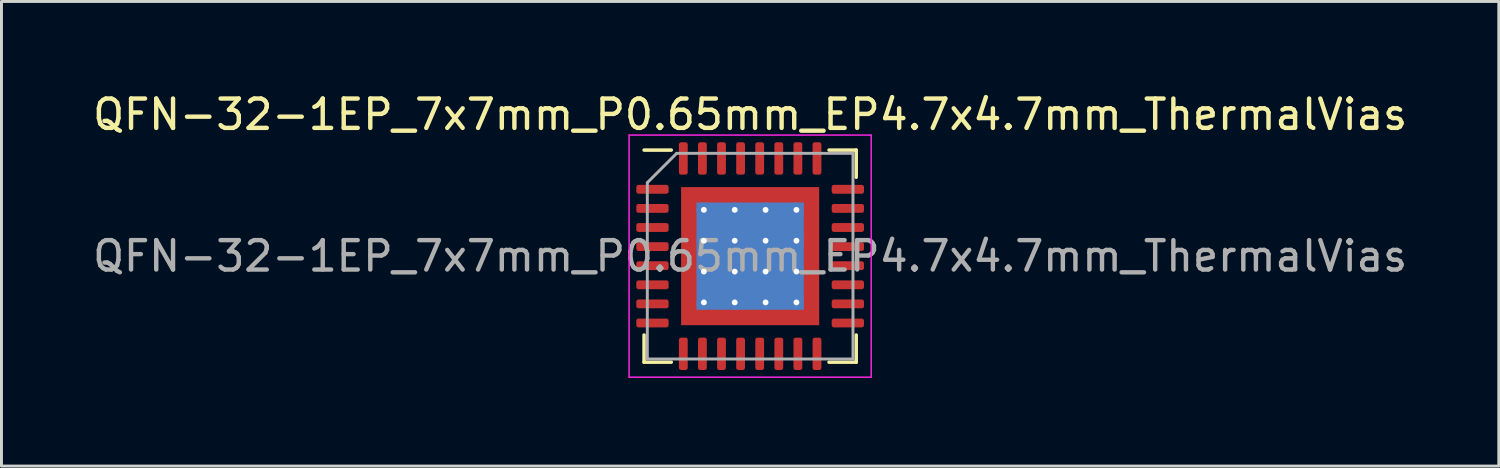
<source format=kicad_pcb>
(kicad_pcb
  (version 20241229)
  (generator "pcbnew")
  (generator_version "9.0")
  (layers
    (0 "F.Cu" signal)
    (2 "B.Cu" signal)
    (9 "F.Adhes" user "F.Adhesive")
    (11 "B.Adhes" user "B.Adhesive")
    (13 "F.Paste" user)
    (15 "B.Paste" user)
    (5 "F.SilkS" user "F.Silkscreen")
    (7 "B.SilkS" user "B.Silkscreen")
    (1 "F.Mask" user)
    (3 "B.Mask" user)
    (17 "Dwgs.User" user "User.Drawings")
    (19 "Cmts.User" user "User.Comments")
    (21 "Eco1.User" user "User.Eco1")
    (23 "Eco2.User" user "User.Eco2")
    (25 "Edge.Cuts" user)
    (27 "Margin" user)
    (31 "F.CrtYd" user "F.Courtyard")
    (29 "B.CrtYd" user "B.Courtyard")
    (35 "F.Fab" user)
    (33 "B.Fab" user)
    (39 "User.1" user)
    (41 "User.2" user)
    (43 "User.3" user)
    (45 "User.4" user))
  (footprint "QFN-32-1EP_7x7mm_P0.65mm_EP4.7x4.7mm_ThermalVias"
    (layer "F.Cu")
    (at 22.482 5.668)
    (property "Reference" "QFN-32-1EP_7x7mm_P0.65mm_EP4.7x4.7mm_ThermalVias" (at 0 -4.82 0) (layer "F.SilkS") (effects (font (size 1 1) (thickness 0.15))))
    (attr smd)
    (fp_line (start -3.61 3.61) (end -3.61 2.685) (stroke (width 0.12) (type solid)) (layer "F.SilkS"))
    (fp_line (start -2.685 -3.61) (end -3.61 -3.61) (stroke (width 0.12) (type solid)) (layer "F.SilkS"))
    (fp_line (start -2.685 3.61) (end -3.61 3.61) (stroke (width 0.12) (type solid)) (layer "F.SilkS"))
    (fp_line (start 2.685 -3.61) (end 3.61 -3.61) (stroke (width 0.12) (type solid)) (layer "F.SilkS"))
    (fp_line (start 2.685 3.61) (end 3.61 3.61) (stroke (width 0.12) (type solid)) (layer "F.SilkS"))
    (fp_line (start 3.61 -3.61) (end 3.61 -2.685) (stroke (width 0.12) (type solid)) (layer "F.SilkS"))
    (fp_line (start 3.61 3.61) (end 3.61 2.685) (stroke (width 0.12) (type solid)) (layer "F.SilkS"))
    (fp_line (start -4.12 -4.12) (end -4.12 4.12) (stroke (width 0.05) (type solid)) (layer "F.CrtYd"))
    (fp_line (start -4.12 4.12) (end 4.12 4.12) (stroke (width 0.05) (type solid)) (layer "F.CrtYd"))
    (fp_line (start 4.12 -4.12) (end -4.12 -4.12) (stroke (width 0.05) (type solid)) (layer "F.CrtYd"))
    (fp_line (start 4.12 4.12) (end 4.12 -4.12) (stroke (width 0.05) (type solid)) (layer "F.CrtYd"))
    (fp_line (start -3.5 -2.5) (end -2.5 -3.5) (stroke (width 0.1) (type solid)) (layer "F.Fab"))
    (fp_line (start -3.5 3.5) (end -3.5 -2.5) (stroke (width 0.1) (type solid)) (layer "F.Fab"))
    (fp_line (start -2.5 -3.5) (end 3.5 -3.5) (stroke (width 0.1) (type solid)) (layer "F.Fab"))
    (fp_line (start 3.5 -3.5) (end 3.5 3.5) (stroke (width 0.1) (type solid)) (layer "F.Fab"))
    (fp_line (start 3.5 3.5) (end -3.5 3.5) (stroke (width 0.1) (type solid)) (layer "F.Fab"))
    (fp_text user "${REFERENCE}" (at 0 0 0) (layer "F.Fab") (effects (font (size 1 1) (thickness 0.15))))
    (pad "" smd custom (at -1.962 -1.962) (size 0.531 0.531) (layers "F.Paste") (options (anchor circle)) (primitives (gr_poly (pts (xy -0.219 -0.219) (xy 0.219 -0.219) (xy 0.219 0.141) (xy 0.141 0.219) (xy -0.219 0.219)) (width 0.188) (fill yes))))
    (pad "" smd custom (at -1.962 -1.05) (size 0.55 0.55) (layers "F.Paste") (options (anchor circle)) (primitives (gr_poly (pts (xy -0.237 -0.348) (xy 0.175 -0.348) (xy 0.237 -0.286) (xy 0.237 0.286) (xy 0.175 0.348) (xy -0.237 0.348)) (width 0.15) (fill yes))))
    (pad "" smd custom (at -1.962 0) (size 0.55 0.55) (layers "F.Paste") (options (anchor circle)) (primitives (gr_poly (pts (xy -0.237 -0.348) (xy 0.175 -0.348) (xy 0.237 -0.286) (xy 0.237 0.286) (xy 0.175 0.348) (xy -0.237 0.348)) (width 0.15) (fill yes))))
    (pad "" smd custom (at -1.962 1.05) (size 0.55 0.55) (layers "F.Paste") (options (anchor circle)) (primitives (gr_poly (pts (xy -0.237 -0.348) (xy 0.175 -0.348) (xy 0.237 -0.286) (xy 0.237 0.286) (xy 0.175 0.348) (xy -0.237 0.348)) (width 0.15) (fill yes))))
    (pad "" smd custom (at -1.962 1.962) (size 0.531 0.531) (layers "F.Paste") (options (anchor circle)) (primitives (gr_poly (pts (xy -0.219 -0.219) (xy 0.141 -0.219) (xy 0.219 -0.141) (xy 0.219 0.219) (xy -0.219 0.219)) (width 0.188) (fill yes))))
    (pad "" smd custom (at -1.05 -1.962) (size 0.55 0.55) (layers "F.Paste") (options (anchor circle)) (primitives (gr_poly (pts (xy -0.348 -0.237) (xy 0.348 -0.237) (xy 0.348 0.175) (xy 0.286 0.237) (xy -0.286 0.237) (xy -0.348 0.175)) (width 0.15) (fill yes))))
    (pad "" smd roundrect (at -1.05 -1.05) (size 0.847 0.847) (layers "F.Paste") (roundrect_rratio 0.25))
    (pad "" smd roundrect (at -1.05 0) (size 0.847 0.847) (layers "F.Paste") (roundrect_rratio 0.25))
    (pad "" smd roundrect (at -1.05 1.05) (size 0.847 0.847) (layers "F.Paste") (roundrect_rratio 0.25))
    (pad "" smd custom (at -1.05 1.962) (size 0.55 0.55) (layers "F.Paste") (options (anchor circle)) (primitives (gr_poly (pts (xy -0.348 -0.175) (xy -0.286 -0.237) (xy 0.286 -0.237) (xy 0.348 -0.175) (xy 0.348 0.237) (xy -0.348 0.237)) (width 0.15) (fill yes))))
    (pad "" smd custom (at 0 -1.962) (size 0.55 0.55) (layers "F.Paste") (options (anchor circle)) (primitives (gr_poly (pts (xy -0.348 -0.237) (xy 0.348 -0.237) (xy 0.348 0.175) (xy 0.286 0.237) (xy -0.286 0.237) (xy -0.348 0.175)) (width 0.15) (fill yes))))
    (pad "" smd roundrect (at 0 -1.05) (size 0.847 0.847) (layers "F.Paste") (roundrect_rratio 0.25))
    (pad "" smd roundrect (at 0 0) (size 0.847 0.847) (layers "F.Paste") (roundrect_rratio 0.25))
    (pad "" smd roundrect (at 0 1.05) (size 0.847 0.847) (layers "F.Paste") (roundrect_rratio 0.25))
    (pad "" smd custom (at 0 1.962) (size 0.55 0.55) (layers "F.Paste") (options (anchor circle)) (primitives (gr_poly (pts (xy -0.348 -0.175) (xy -0.286 -0.237) (xy 0.286 -0.237) (xy 0.348 -0.175) (xy 0.348 0.237) (xy -0.348 0.237)) (width 0.15) (fill yes))))
    (pad "" smd custom (at 1.05 -1.962) (size 0.55 0.55) (layers "F.Paste") (options (anchor circle)) (primitives (gr_poly (pts (xy -0.348 -0.237) (xy 0.348 -0.237) (xy 0.348 0.175) (xy 0.286 0.237) (xy -0.286 0.237) (xy -0.348 0.175)) (width 0.15) (fill yes))))
    (pad "" smd roundrect (at 1.05 -1.05) (size 0.847 0.847) (layers "F.Paste") (roundrect_rratio 0.25))
    (pad "" smd roundrect (at 1.05 0) (size 0.847 0.847) (layers "F.Paste") (roundrect_rratio 0.25))
    (pad "" smd roundrect (at 1.05 1.05) (size 0.847 0.847) (layers "F.Paste") (roundrect_rratio 0.25))
    (pad "" smd custom (at 1.05 1.962) (size 0.55 0.55) (layers "F.Paste") (options (anchor circle)) (primitives (gr_poly (pts (xy -0.348 -0.175) (xy -0.286 -0.237) (xy 0.286 -0.237) (xy 0.348 -0.175) (xy 0.348 0.237) (xy -0.348 0.237)) (width 0.15) (fill yes))))
    (pad "" smd custom (at 1.962 -1.962) (size 0.531 0.531) (layers "F.Paste") (options (anchor circle)) (primitives (gr_poly (pts (xy -0.219 -0.219) (xy 0.219 -0.219) (xy 0.219 0.219) (xy -0.141 0.219) (xy -0.219 0.141)) (width 0.188) (fill yes))))
    (pad "" smd custom (at 1.962 -1.05) (size 0.55 0.55) (layers "F.Paste") (options (anchor circle)) (primitives (gr_poly (pts (xy -0.237 -0.286) (xy -0.175 -0.348) (xy 0.237 -0.348) (xy 0.237 0.348) (xy -0.175 0.348) (xy -0.237 0.286)) (width 0.15) (fill yes))))
    (pad "" smd custom (at 1.962 0) (size 0.55 0.55) (layers "F.Paste") (options (anchor circle)) (primitives (gr_poly (pts (xy -0.237 -0.286) (xy -0.175 -0.348) (xy 0.237 -0.348) (xy 0.237 0.348) (xy -0.175 0.348) (xy -0.237 0.286)) (width 0.15) (fill yes))))
    (pad "" smd custom (at 1.962 1.05) (size 0.55 0.55) (layers "F.Paste") (options (anchor circle)) (primitives (gr_poly (pts (xy -0.237 -0.286) (xy -0.175 -0.348) (xy 0.237 -0.348) (xy 0.237 0.348) (xy -0.175 0.348) (xy -0.237 0.286)) (width 0.15) (fill yes))))
    (pad "" smd custom (at 1.962 1.962) (size 0.531 0.531) (layers "F.Paste") (options (anchor circle)) (primitives (gr_poly (pts (xy -0.219 -0.141) (xy -0.141 -0.219) (xy 0.219 -0.219) (xy 0.219 0.219) (xy -0.219 0.219)) (width 0.188) (fill yes))))
    (pad "1" smd roundrect (at -3.325 -2.275) (size 1.1 0.3) (layers "F.Cu" "F.Mask" "F.Paste") (roundrect_rratio 0.25))
    (pad "2" smd roundrect (at -3.325 -1.625) (size 1.1 0.3) (layers "F.Cu" "F.Mask" "F.Paste") (roundrect_rratio 0.25))
    (pad "3" smd roundrect (at -3.325 -0.975) (size 1.1 0.3) (layers "F.Cu" "F.Mask" "F.Paste") (roundrect_rratio 0.25))
    (pad "4" smd roundrect (at -3.325 -0.325) (size 1.1 0.3) (layers "F.Cu" "F.Mask" "F.Paste") (roundrect_rratio 0.25))
    (pad "5" smd roundrect (at -3.325 0.325) (size 1.1 0.3) (layers "F.Cu" "F.Mask" "F.Paste") (roundrect_rratio 0.25))
    (pad "6" smd roundrect (at -3.325 0.975) (size 1.1 0.3) (layers "F.Cu" "F.Mask" "F.Paste") (roundrect_rratio 0.25))
    (pad "7" smd roundrect (at -3.325 1.625) (size 1.1 0.3) (layers "F.Cu" "F.Mask" "F.Paste") (roundrect_rratio 0.25))
    (pad "8" smd roundrect (at -3.325 2.275) (size 1.1 0.3) (layers "F.Cu" "F.Mask" "F.Paste") (roundrect_rratio 0.25))
    (pad "9" smd roundrect (at -2.275 3.325) (size 0.3 1.1) (layers "F.Cu" "F.Mask" "F.Paste") (roundrect_rratio 0.25))
    (pad "10" smd roundrect (at -1.625 3.325) (size 0.3 1.1) (layers "F.Cu" "F.Mask" "F.Paste") (roundrect_rratio 0.25))
    (pad "11" smd roundrect (at -0.975 3.325) (size 0.3 1.1) (layers "F.Cu" "F.Mask" "F.Paste") (roundrect_rratio 0.25))
    (pad "12" smd roundrect (at -0.325 3.325) (size 0.3 1.1) (layers "F.Cu" "F.Mask" "F.Paste") (roundrect_rratio 0.25))
    (pad "13" smd roundrect (at 0.325 3.325) (size 0.3 1.1) (layers "F.Cu" "F.Mask" "F.Paste") (roundrect_rratio 0.25))
    (pad "14" smd roundrect (at 0.975 3.325) (size 0.3 1.1) (layers "F.Cu" "F.Mask" "F.Paste") (roundrect_rratio 0.25))
    (pad "15" smd roundrect (at 1.625 3.325) (size 0.3 1.1) (layers "F.Cu" "F.Mask" "F.Paste") (roundrect_rratio 0.25))
    (pad "16" smd roundrect (at 2.275 3.325) (size 0.3 1.1) (layers "F.Cu" "F.Mask" "F.Paste") (roundrect_rratio 0.25))
    (pad "17" smd roundrect (at 3.325 2.275) (size 1.1 0.3) (layers "F.Cu" "F.Mask" "F.Paste") (roundrect_rratio 0.25))
    (pad "18" smd roundrect (at 3.325 1.625) (size 1.1 0.3) (layers "F.Cu" "F.Mask" "F.Paste") (roundrect_rratio 0.25))
    (pad "19" smd roundrect (at 3.325 0.975) (size 1.1 0.3) (layers "F.Cu" "F.Mask" "F.Paste") (roundrect_rratio 0.25))
    (pad "20" smd roundrect (at 3.325 0.325) (size 1.1 0.3) (layers "F.Cu" "F.Mask" "F.Paste") (roundrect_rratio 0.25))
    (pad "21" smd roundrect (at 3.325 -0.325) (size 1.1 0.3) (layers "F.Cu" "F.Mask" "F.Paste") (roundrect_rratio 0.25))
    (pad "22" smd roundrect (at 3.325 -0.975) (size 1.1 0.3) (layers "F.Cu" "F.Mask" "F.Paste") (roundrect_rratio 0.25))
    (pad "23" smd roundrect (at 3.325 -1.625) (size 1.1 0.3) (layers "F.Cu" "F.Mask" "F.Paste") (roundrect_rratio 0.25))
    (pad "24" smd roundrect (at 3.325 -2.275) (size 1.1 0.3) (layers "F.Cu" "F.Mask" "F.Paste") (roundrect_rratio 0.25))
    (pad "25" smd roundrect (at 2.275 -3.325) (size 0.3 1.1) (layers "F.Cu" "F.Mask" "F.Paste") (roundrect_rratio 0.25))
    (pad "26" smd roundrect (at 1.625 -3.325) (size 0.3 1.1) (layers "F.Cu" "F.Mask" "F.Paste") (roundrect_rratio 0.25))
    (pad "27" smd roundrect (at 0.975 -3.325) (size 0.3 1.1) (layers "F.Cu" "F.Mask" "F.Paste") (roundrect_rratio 0.25))
    (pad "28" smd roundrect (at 0.325 -3.325) (size 0.3 1.1) (layers "F.Cu" "F.Mask" "F.Paste") (roundrect_rratio 0.25))
    (pad "29" smd roundrect (at -0.325 -3.325) (size 0.3 1.1) (layers "F.Cu" "F.Mask" "F.Paste") (roundrect_rratio 0.25))
    (pad "30" smd roundrect (at -0.975 -3.325) (size 0.3 1.1) (layers "F.Cu" "F.Mask" "F.Paste") (roundrect_rratio 0.25))
    (pad "31" smd roundrect (at -1.625 -3.325) (size 0.3 1.1) (layers "F.Cu" "F.Mask" "F.Paste") (roundrect_rratio 0.25))
    (pad "32" smd roundrect (at -2.275 -3.325) (size 0.3 1.1) (layers "F.Cu" "F.Mask" "F.Paste") (roundrect_rratio 0.25))
    (pad "33" thru_hole circle (at -1.575 -1.575) (size 0.5 0.5) (drill 0.2) (layers "*.Cu"))
    (pad "33" thru_hole circle (at -1.575 -0.525) (size 0.5 0.5) (drill 0.2) (layers "*.Cu"))
    (pad "33" thru_hole circle (at -1.575 0.525) (size 0.5 0.5) (drill 0.2) (layers "*.Cu"))
    (pad "33" thru_hole circle (at -1.575 1.575) (size 0.5 0.5) (drill 0.2) (layers "*.Cu"))
    (pad "33" thru_hole circle (at -0.525 -1.575) (size 0.5 0.5) (drill 0.2) (layers "*.Cu"))
    (pad "33" thru_hole circle (at -0.525 -0.525) (size 0.5 0.5) (drill 0.2) (layers "*.Cu"))
    (pad "33" thru_hole circle (at -0.525 0.525) (size 0.5 0.5) (drill 0.2) (layers "*.Cu"))
    (pad "33" thru_hole circle (at -0.525 1.575) (size 0.5 0.5) (drill 0.2) (layers "*.Cu"))
    (pad "33" smd rect (at 0 0) (size 3.65 3.65) (layers "B.Cu"))
    (pad "33" smd rect (at 0 0) (size 4.7 4.7) (layers "F.Cu" "F.Mask"))
    (pad "33" thru_hole circle (at 0.525 -1.575) (size 0.5 0.5) (drill 0.2) (layers "*.Cu"))
    (pad "33" thru_hole circle (at 0.525 -0.525) (size 0.5 0.5) (drill 0.2) (layers "*.Cu"))
    (pad "33" thru_hole circle (at 0.525 0.525) (size 0.5 0.5) (drill 0.2) (layers "*.Cu"))
    (pad "33" thru_hole circle (at 0.525 1.575) (size 0.5 0.5) (drill 0.2) (layers "*.Cu"))
    (pad "33" thru_hole circle (at 1.575 -1.575) (size 0.5 0.5) (drill 0.2) (layers "*.Cu"))
    (pad "33" thru_hole circle (at 1.575 -0.525) (size 0.5 0.5) (drill 0.2) (layers "*.Cu"))
    (pad "33" thru_hole circle (at 1.575 0.525) (size 0.5 0.5) (drill 0.2) (layers "*.Cu"))
    (pad "33" thru_hole circle (at 1.575 1.575) (size 0.5 0.5) (drill 0.2) (layers "*.Cu")))
  (gr_rect
    (start -3 -3)
    (end 47.964 12.813)
    (stroke (width 0.1) (type default))
    (fill no)
    (layer "Edge.Cuts")))
</source>
